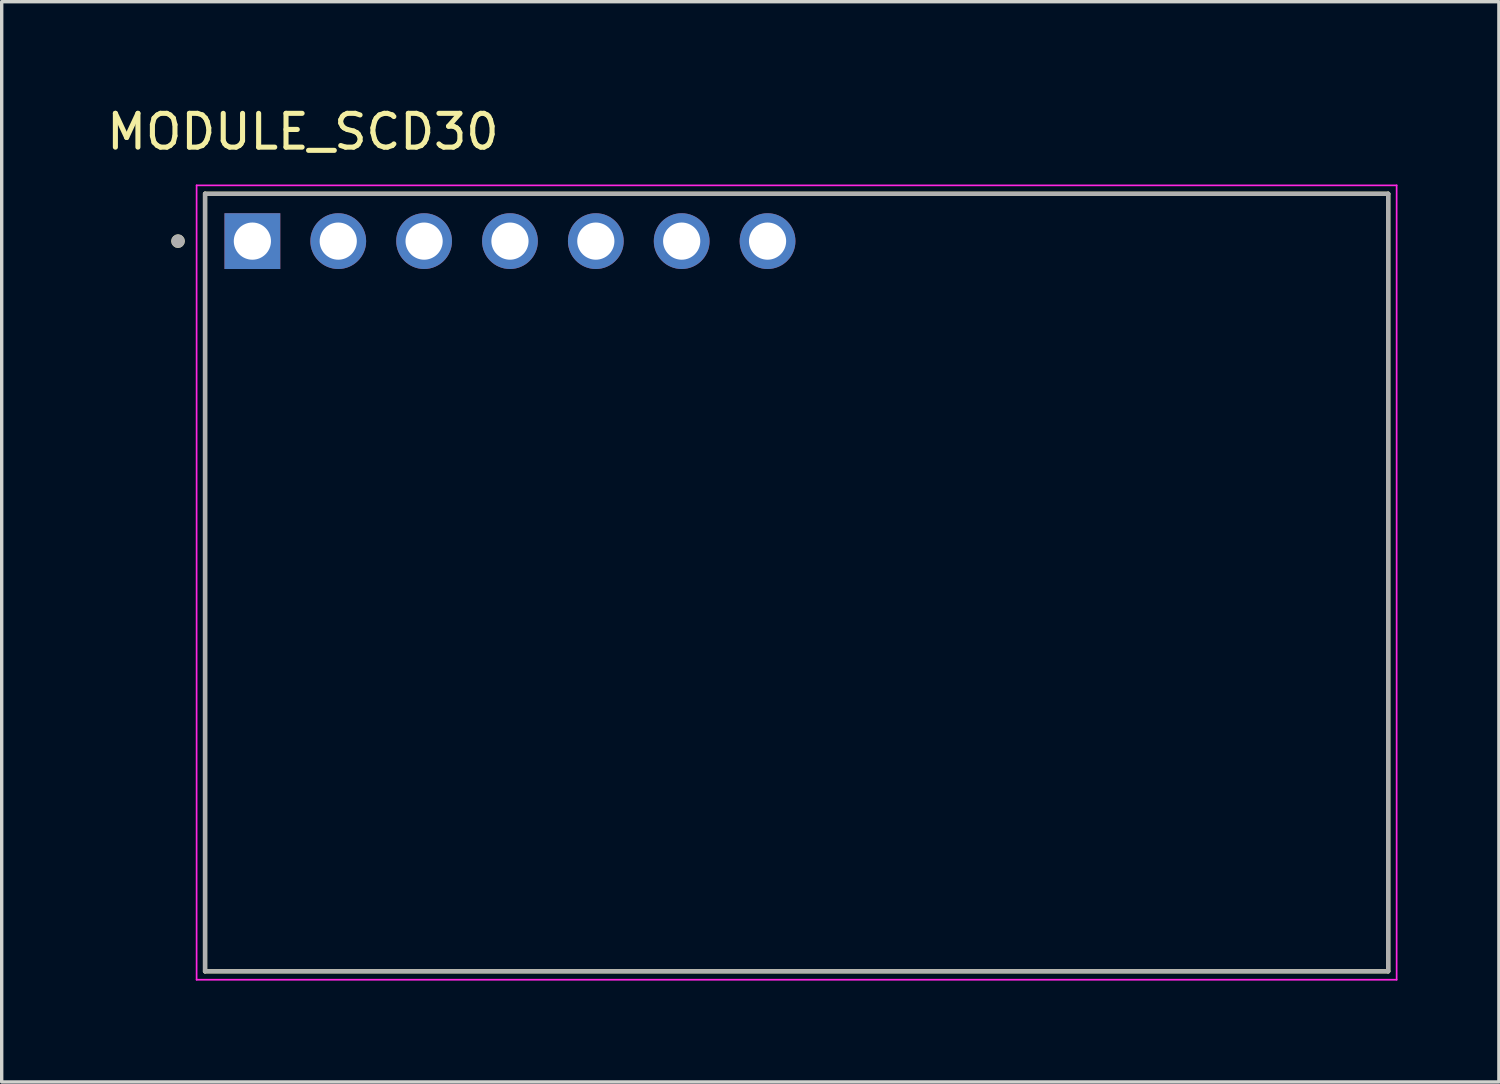
<source format=kicad_pcb>
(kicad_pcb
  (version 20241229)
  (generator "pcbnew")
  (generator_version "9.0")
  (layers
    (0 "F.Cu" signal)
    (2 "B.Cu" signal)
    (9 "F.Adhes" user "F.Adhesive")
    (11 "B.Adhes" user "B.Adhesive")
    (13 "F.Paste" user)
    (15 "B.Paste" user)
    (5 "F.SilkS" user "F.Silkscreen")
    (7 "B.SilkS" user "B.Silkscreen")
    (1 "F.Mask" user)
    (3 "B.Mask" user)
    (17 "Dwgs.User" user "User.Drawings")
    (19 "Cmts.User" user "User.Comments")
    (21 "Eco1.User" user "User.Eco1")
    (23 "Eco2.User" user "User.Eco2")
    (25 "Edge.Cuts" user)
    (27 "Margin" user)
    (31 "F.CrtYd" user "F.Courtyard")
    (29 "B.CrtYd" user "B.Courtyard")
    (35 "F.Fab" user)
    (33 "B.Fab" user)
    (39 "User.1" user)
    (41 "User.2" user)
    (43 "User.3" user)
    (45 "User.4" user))
  (footprint "MODULE_SCD30"
    (layer "F.Cu")
    (at 20.516 14.183)
    (property "Reference" "MODULE_SCD30" (at -14.605 -13.335 0) (layer "F.SilkS") (effects (font (size 1 1) (thickness 0.15))))
    (attr through_hole)
    (fp_line (start -17.5 -11.5) (end 17.5 -11.5) (stroke (width 0.127) (type solid)) (layer "F.SilkS"))
    (fp_line (start -17.5 11.5) (end -17.5 -11.5) (stroke (width 0.127) (type solid)) (layer "F.SilkS"))
    (fp_line (start 17.5 -11.5) (end 17.5 11.5) (stroke (width 0.127) (type solid)) (layer "F.SilkS"))
    (fp_line (start 17.5 11.5) (end -17.5 11.5) (stroke (width 0.127) (type solid)) (layer "F.SilkS"))
    (fp_circle (center -18.3 -10.1) (end -18.2 -10.1) (stroke (width 0.2) (type solid)) (fill no) (layer "F.SilkS"))
    (fp_line (start -17.75 -11.75) (end 17.75 -11.75) (stroke (width 0.05) (type solid)) (layer "F.CrtYd"))
    (fp_line (start -17.75 11.75) (end -17.75 -11.75) (stroke (width 0.05) (type solid)) (layer "F.CrtYd"))
    (fp_line (start 17.75 -11.75) (end 17.75 11.75) (stroke (width 0.05) (type solid)) (layer "F.CrtYd"))
    (fp_line (start 17.75 11.75) (end -17.75 11.75) (stroke (width 0.05) (type solid)) (layer "F.CrtYd"))
    (fp_line (start -17.5 -11.5) (end 17.5 -11.5) (stroke (width 0.127) (type solid)) (layer "F.Fab"))
    (fp_line (start -17.5 11.5) (end -17.5 -11.5) (stroke (width 0.127) (type solid)) (layer "F.Fab"))
    (fp_line (start 17.5 -11.5) (end 17.5 11.5) (stroke (width 0.127) (type solid)) (layer "F.Fab"))
    (fp_line (start 17.5 11.5) (end -17.5 11.5) (stroke (width 0.127) (type solid)) (layer "F.Fab"))
    (fp_circle (center -18.3 -10.1) (end -18.2 -10.1) (stroke (width 0.2) (type solid)) (fill no) (layer "F.Fab"))
    (pad "1" thru_hole rect (at -16.1 -10.1) (size 1.65 1.65) (drill 1.1) (layers "*.Cu" "*.Mask"))
    (pad "2" thru_hole circle (at -13.56 -10.1) (size 1.65 1.65) (drill 1.1) (layers "*.Cu" "*.Mask"))
    (pad "3" thru_hole circle (at -11.02 -10.1) (size 1.65 1.65) (drill 1.1) (layers "*.Cu" "*.Mask"))
    (pad "4" thru_hole circle (at -8.48 -10.1) (size 1.65 1.65) (drill 1.1) (layers "*.Cu" "*.Mask"))
    (pad "5" thru_hole circle (at -5.94 -10.1) (size 1.65 1.65) (drill 1.1) (layers "*.Cu" "*.Mask"))
    (pad "6" thru_hole circle (at -3.4 -10.1) (size 1.65 1.65) (drill 1.1) (layers "*.Cu" "*.Mask"))
    (pad "7" thru_hole circle (at -0.86 -10.1) (size 1.65 1.65) (drill 1.1) (layers "*.Cu" "*.Mask")))
  (gr_rect
    (start -3 -3)
    (end 41.291 28.958)
    (stroke (width 0.1) (type default))
    (fill no)
    (layer "Edge.Cuts")))
</source>
